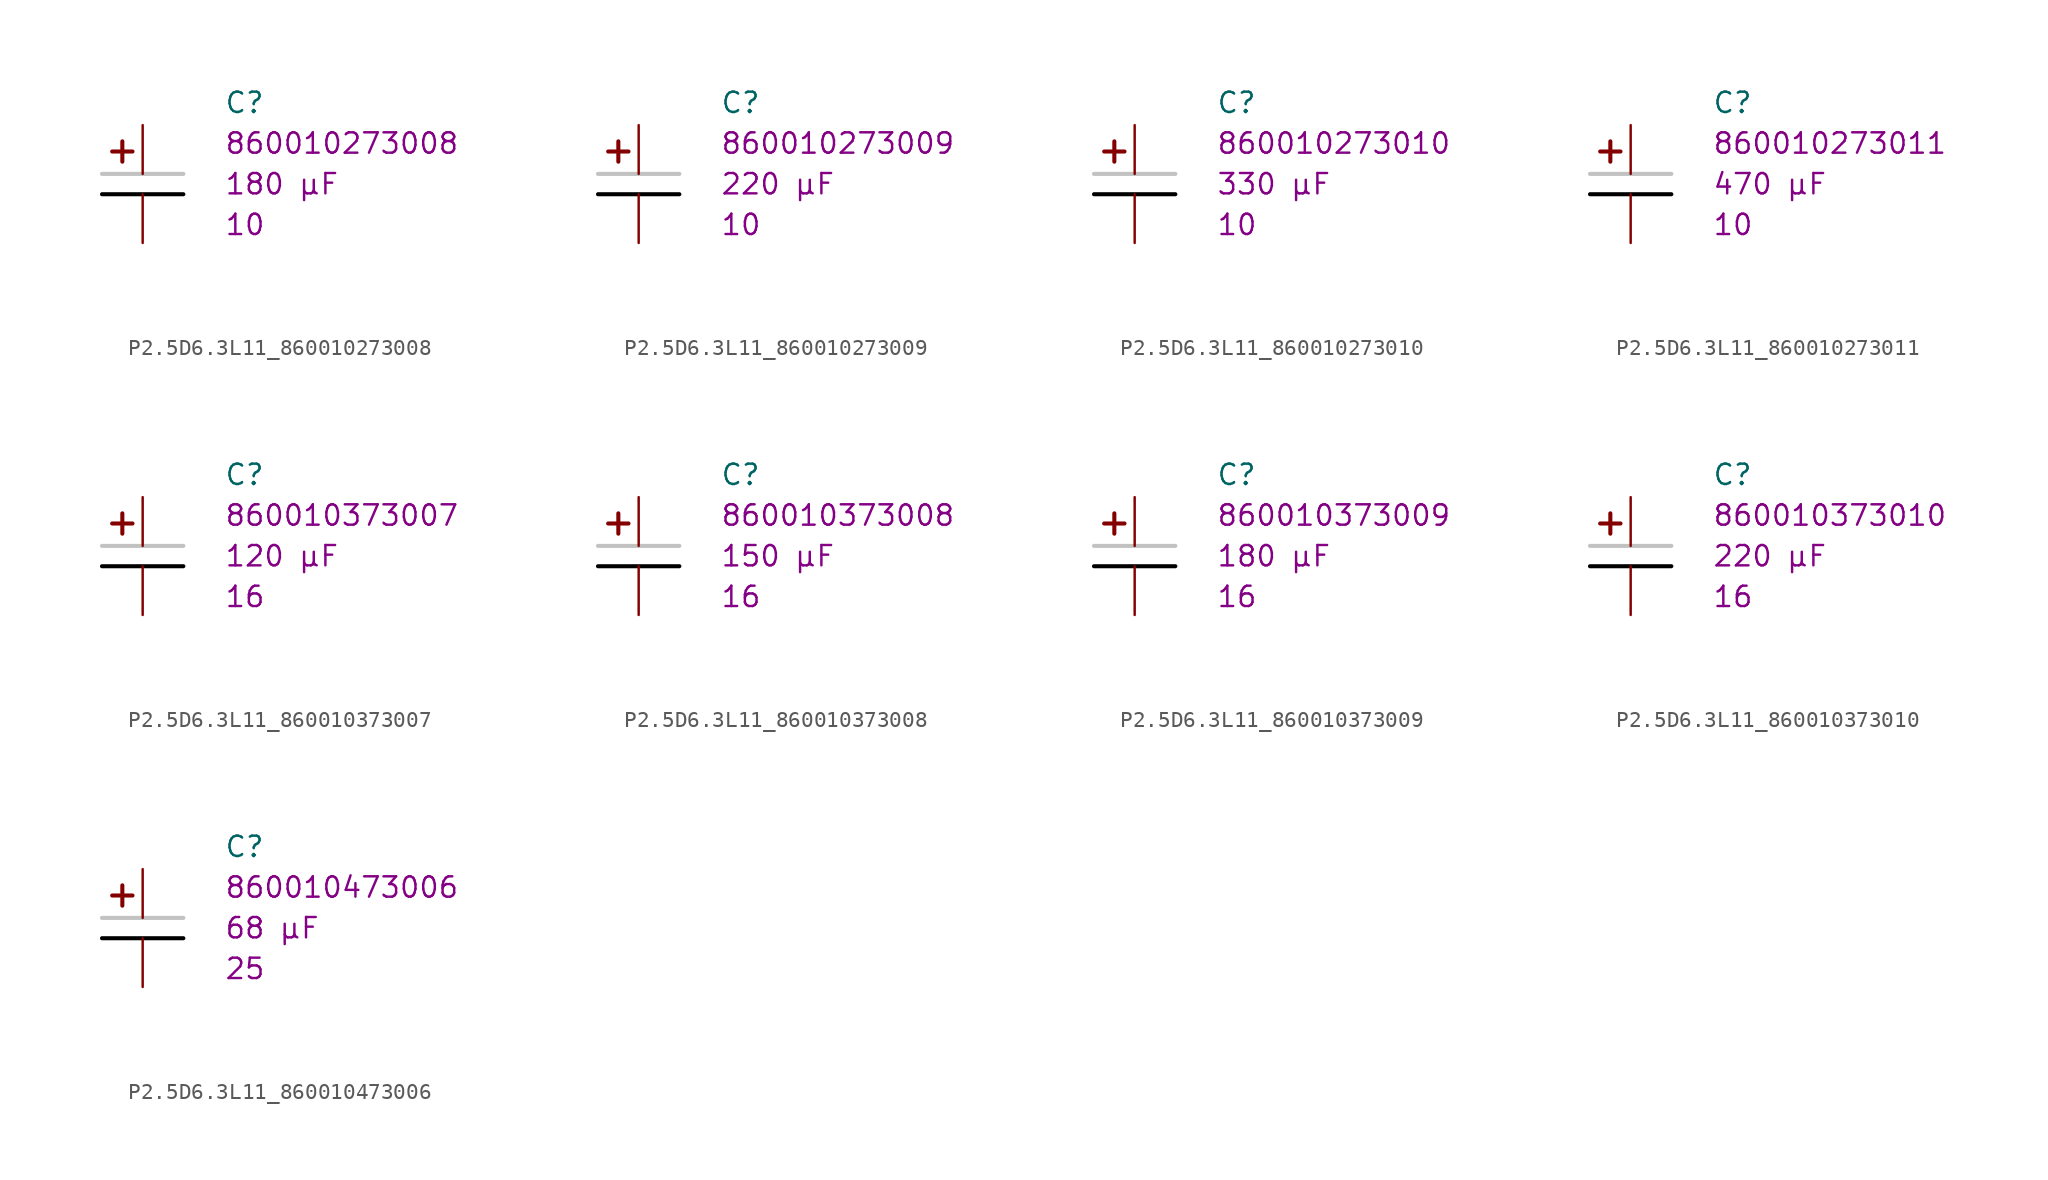
<source format=kicad_sym>
(kicad_symbol_lib
  (version 20220914)
  (generator kicad_symbol_editor)
  (symbol "P2.5D6.3L11_860010273008"
    (pin_numbers hide)
    (pin_names hide)
    (property "Reference" "C"
      (at 5.08 5.08 0)
      (effects (font (size 1.27 1.27)) (justify left)))
    (property "Part Number" "860010273008"
      (at 5.08 2.54 0)
      (effects (font (size 1.27 1.27)) (justify left)))
    (property "Capacitance" "180 µF"
      (at 5.08 0 0)
      (effects (font (size 1.27 1.27)) (justify left)))
    (property "Voltage" "10"
      (at 5.08 -2.54 0)
      (effects (font (size 1.27 1.27)) (justify left)))
    (property "Critical Parameter" ""
      (at 0 -7.62 0)
      (effects (font (size 1.27 1.27))))
    (symbol "P2.5D6.3L11_860010273008_1_1"
      (polyline (pts (xy -1.27 2.667) (xy -1.27 1.397)) (stroke (width 0.254) (type default)) (fill (type none)))
      (polyline (pts (xy -0.635 2.032) (xy -1.905 2.032)) (stroke (width 0.254) (type default)) (fill (type none)))
      (polyline (pts (xy 2.54 -0.635) (xy -2.54 -0.635)) (stroke (width 0.254) (type default) (color 0 0 0 1)) (fill (type none)))
      (polyline (pts (xy 2.54 0.635) (xy -2.54 0.635)) (stroke (width 0.254) (type default) (color 194 194 194 1)) (fill (type none)))
      (pin passive line (at 0 3.679 270) (length 3.044) (name "1" (effects (font (size 1.27 1.27)))) (number "1" (effects (font (size 1.27 1.27)))))
      (pin passive line (at 0 -3.679 90) (length 3.044) (name "2" (effects (font (size 1.27 1.27)))) (number "2" (effects (font (size 1.27 1.27)))))))
  (symbol "P2.5D6.3L11_860010273009"
    (pin_numbers hide)
    (pin_names hide)
    (property "Reference" "C"
      (at 5.08 5.08 0)
      (effects (font (size 1.27 1.27)) (justify left)))
    (property "Part Number" "860010273009"
      (at 5.08 2.54 0)
      (effects (font (size 1.27 1.27)) (justify left)))
    (property "Capacitance" "220 µF"
      (at 5.08 0 0)
      (effects (font (size 1.27 1.27)) (justify left)))
    (property "Voltage" "10"
      (at 5.08 -2.54 0)
      (effects (font (size 1.27 1.27)) (justify left)))
    (property "Critical Parameter" ""
      (at 0 -7.62 0)
      (effects (font (size 1.27 1.27))))
    (symbol "P2.5D6.3L11_860010273009_1_1"
      (polyline (pts (xy -1.27 2.667) (xy -1.27 1.397)) (stroke (width 0.254) (type default)) (fill (type none)))
      (polyline (pts (xy -0.635 2.032) (xy -1.905 2.032)) (stroke (width 0.254) (type default)) (fill (type none)))
      (polyline (pts (xy 2.54 -0.635) (xy -2.54 -0.635)) (stroke (width 0.254) (type default) (color 0 0 0 1)) (fill (type none)))
      (polyline (pts (xy 2.54 0.635) (xy -2.54 0.635)) (stroke (width 0.254) (type default) (color 194 194 194 1)) (fill (type none)))
      (pin passive line (at 0 3.679 270) (length 3.044) (name "1" (effects (font (size 1.27 1.27)))) (number "1" (effects (font (size 1.27 1.27)))))
      (pin passive line (at 0 -3.679 90) (length 3.044) (name "2" (effects (font (size 1.27 1.27)))) (number "2" (effects (font (size 1.27 1.27)))))))
  (symbol "P2.5D6.3L11_860010273010"
    (pin_numbers hide)
    (pin_names hide)
    (property "Reference" "C"
      (at 5.08 5.08 0)
      (effects (font (size 1.27 1.27)) (justify left)))
    (property "Part Number" "860010273010"
      (at 5.08 2.54 0)
      (effects (font (size 1.27 1.27)) (justify left)))
    (property "Capacitance" "330 µF"
      (at 5.08 0 0)
      (effects (font (size 1.27 1.27)) (justify left)))
    (property "Voltage" "10"
      (at 5.08 -2.54 0)
      (effects (font (size 1.27 1.27)) (justify left)))
    (property "Critical Parameter" ""
      (at 0 -7.62 0)
      (effects (font (size 1.27 1.27))))
    (symbol "P2.5D6.3L11_860010273010_1_1"
      (polyline (pts (xy -1.27 2.667) (xy -1.27 1.397)) (stroke (width 0.254) (type default)) (fill (type none)))
      (polyline (pts (xy -0.635 2.032) (xy -1.905 2.032)) (stroke (width 0.254) (type default)) (fill (type none)))
      (polyline (pts (xy 2.54 -0.635) (xy -2.54 -0.635)) (stroke (width 0.254) (type default) (color 0 0 0 1)) (fill (type none)))
      (polyline (pts (xy 2.54 0.635) (xy -2.54 0.635)) (stroke (width 0.254) (type default) (color 194 194 194 1)) (fill (type none)))
      (pin passive line (at 0 3.679 270) (length 3.044) (name "1" (effects (font (size 1.27 1.27)))) (number "1" (effects (font (size 1.27 1.27)))))
      (pin passive line (at 0 -3.679 90) (length 3.044) (name "2" (effects (font (size 1.27 1.27)))) (number "2" (effects (font (size 1.27 1.27)))))))
  (symbol "P2.5D6.3L11_860010273011"
    (pin_numbers hide)
    (pin_names hide)
    (property "Reference" "C"
      (at 5.08 5.08 0)
      (effects (font (size 1.27 1.27)) (justify left)))
    (property "Part Number" "860010273011"
      (at 5.08 2.54 0)
      (effects (font (size 1.27 1.27)) (justify left)))
    (property "Capacitance" "470 µF"
      (at 5.08 0 0)
      (effects (font (size 1.27 1.27)) (justify left)))
    (property "Voltage" "10"
      (at 5.08 -2.54 0)
      (effects (font (size 1.27 1.27)) (justify left)))
    (property "Critical Parameter" ""
      (at 0 -7.62 0)
      (effects (font (size 1.27 1.27))))
    (symbol "P2.5D6.3L11_860010273011_1_1"
      (polyline (pts (xy -1.27 2.667) (xy -1.27 1.397)) (stroke (width 0.254) (type default)) (fill (type none)))
      (polyline (pts (xy -0.635 2.032) (xy -1.905 2.032)) (stroke (width 0.254) (type default)) (fill (type none)))
      (polyline (pts (xy 2.54 -0.635) (xy -2.54 -0.635)) (stroke (width 0.254) (type default) (color 0 0 0 1)) (fill (type none)))
      (polyline (pts (xy 2.54 0.635) (xy -2.54 0.635)) (stroke (width 0.254) (type default) (color 194 194 194 1)) (fill (type none)))
      (pin passive line (at 0 3.679 270) (length 3.044) (name "1" (effects (font (size 1.27 1.27)))) (number "1" (effects (font (size 1.27 1.27)))))
      (pin passive line (at 0 -3.679 90) (length 3.044) (name "2" (effects (font (size 1.27 1.27)))) (number "2" (effects (font (size 1.27 1.27)))))))
  (symbol "P2.5D6.3L11_860010373007"
    (pin_numbers hide)
    (pin_names hide)
    (property "Reference" "C"
      (at 5.08 5.08 0)
      (effects (font (size 1.27 1.27)) (justify left)))
    (property "Part Number" "860010373007"
      (at 5.08 2.54 0)
      (effects (font (size 1.27 1.27)) (justify left)))
    (property "Capacitance" "120 µF"
      (at 5.08 0 0)
      (effects (font (size 1.27 1.27)) (justify left)))
    (property "Voltage" "16"
      (at 5.08 -2.54 0)
      (effects (font (size 1.27 1.27)) (justify left)))
    (property "Critical Parameter" ""
      (at 0 -7.62 0)
      (effects (font (size 1.27 1.27))))
    (symbol "P2.5D6.3L11_860010373007_1_1"
      (polyline (pts (xy -1.27 2.667) (xy -1.27 1.397)) (stroke (width 0.254) (type default)) (fill (type none)))
      (polyline (pts (xy -0.635 2.032) (xy -1.905 2.032)) (stroke (width 0.254) (type default)) (fill (type none)))
      (polyline (pts (xy 2.54 -0.635) (xy -2.54 -0.635)) (stroke (width 0.254) (type default) (color 0 0 0 1)) (fill (type none)))
      (polyline (pts (xy 2.54 0.635) (xy -2.54 0.635)) (stroke (width 0.254) (type default) (color 194 194 194 1)) (fill (type none)))
      (pin passive line (at 0 3.679 270) (length 3.044) (name "1" (effects (font (size 1.27 1.27)))) (number "1" (effects (font (size 1.27 1.27)))))
      (pin passive line (at 0 -3.679 90) (length 3.044) (name "2" (effects (font (size 1.27 1.27)))) (number "2" (effects (font (size 1.27 1.27)))))))
  (symbol "P2.5D6.3L11_860010373008"
    (pin_numbers hide)
    (pin_names hide)
    (property "Reference" "C"
      (at 5.08 5.08 0)
      (effects (font (size 1.27 1.27)) (justify left)))
    (property "Part Number" "860010373008"
      (at 5.08 2.54 0)
      (effects (font (size 1.27 1.27)) (justify left)))
    (property "Capacitance" "150 µF"
      (at 5.08 0 0)
      (effects (font (size 1.27 1.27)) (justify left)))
    (property "Voltage" "16"
      (at 5.08 -2.54 0)
      (effects (font (size 1.27 1.27)) (justify left)))
    (property "Critical Parameter" ""
      (at 0 -7.62 0)
      (effects (font (size 1.27 1.27))))
    (symbol "P2.5D6.3L11_860010373008_1_1"
      (polyline (pts (xy -1.27 2.667) (xy -1.27 1.397)) (stroke (width 0.254) (type default)) (fill (type none)))
      (polyline (pts (xy -0.635 2.032) (xy -1.905 2.032)) (stroke (width 0.254) (type default)) (fill (type none)))
      (polyline (pts (xy 2.54 -0.635) (xy -2.54 -0.635)) (stroke (width 0.254) (type default) (color 0 0 0 1)) (fill (type none)))
      (polyline (pts (xy 2.54 0.635) (xy -2.54 0.635)) (stroke (width 0.254) (type default) (color 194 194 194 1)) (fill (type none)))
      (pin passive line (at 0 3.679 270) (length 3.044) (name "1" (effects (font (size 1.27 1.27)))) (number "1" (effects (font (size 1.27 1.27)))))
      (pin passive line (at 0 -3.679 90) (length 3.044) (name "2" (effects (font (size 1.27 1.27)))) (number "2" (effects (font (size 1.27 1.27)))))))
  (symbol "P2.5D6.3L11_860010373009"
    (pin_numbers hide)
    (pin_names hide)
    (property "Reference" "C"
      (at 5.08 5.08 0)
      (effects (font (size 1.27 1.27)) (justify left)))
    (property "Part Number" "860010373009"
      (at 5.08 2.54 0)
      (effects (font (size 1.27 1.27)) (justify left)))
    (property "Capacitance" "180 µF"
      (at 5.08 0 0)
      (effects (font (size 1.27 1.27)) (justify left)))
    (property "Voltage" "16"
      (at 5.08 -2.54 0)
      (effects (font (size 1.27 1.27)) (justify left)))
    (property "Critical Parameter" ""
      (at 0 -7.62 0)
      (effects (font (size 1.27 1.27))))
    (symbol "P2.5D6.3L11_860010373009_1_1"
      (polyline (pts (xy -1.27 2.667) (xy -1.27 1.397)) (stroke (width 0.254) (type default)) (fill (type none)))
      (polyline (pts (xy -0.635 2.032) (xy -1.905 2.032)) (stroke (width 0.254) (type default)) (fill (type none)))
      (polyline (pts (xy 2.54 -0.635) (xy -2.54 -0.635)) (stroke (width 0.254) (type default) (color 0 0 0 1)) (fill (type none)))
      (polyline (pts (xy 2.54 0.635) (xy -2.54 0.635)) (stroke (width 0.254) (type default) (color 194 194 194 1)) (fill (type none)))
      (pin passive line (at 0 3.679 270) (length 3.044) (name "1" (effects (font (size 1.27 1.27)))) (number "1" (effects (font (size 1.27 1.27)))))
      (pin passive line (at 0 -3.679 90) (length 3.044) (name "2" (effects (font (size 1.27 1.27)))) (number "2" (effects (font (size 1.27 1.27)))))))
  (symbol "P2.5D6.3L11_860010373010"
    (pin_numbers hide)
    (pin_names hide)
    (property "Reference" "C"
      (at 5.08 5.08 0)
      (effects (font (size 1.27 1.27)) (justify left)))
    (property "Part Number" "860010373010"
      (at 5.08 2.54 0)
      (effects (font (size 1.27 1.27)) (justify left)))
    (property "Capacitance" "220 µF"
      (at 5.08 0 0)
      (effects (font (size 1.27 1.27)) (justify left)))
    (property "Voltage" "16"
      (at 5.08 -2.54 0)
      (effects (font (size 1.27 1.27)) (justify left)))
    (property "Critical Parameter" ""
      (at 0 -7.62 0)
      (effects (font (size 1.27 1.27))))
    (symbol "P2.5D6.3L11_860010373010_1_1"
      (polyline (pts (xy -1.27 2.667) (xy -1.27 1.397)) (stroke (width 0.254) (type default)) (fill (type none)))
      (polyline (pts (xy -0.635 2.032) (xy -1.905 2.032)) (stroke (width 0.254) (type default)) (fill (type none)))
      (polyline (pts (xy 2.54 -0.635) (xy -2.54 -0.635)) (stroke (width 0.254) (type default) (color 0 0 0 1)) (fill (type none)))
      (polyline (pts (xy 2.54 0.635) (xy -2.54 0.635)) (stroke (width 0.254) (type default) (color 194 194 194 1)) (fill (type none)))
      (pin passive line (at 0 3.679 270) (length 3.044) (name "1" (effects (font (size 1.27 1.27)))) (number "1" (effects (font (size 1.27 1.27)))))
      (pin passive line (at 0 -3.679 90) (length 3.044) (name "2" (effects (font (size 1.27 1.27)))) (number "2" (effects (font (size 1.27 1.27)))))))
  (symbol "P2.5D6.3L11_860010473006"
    (pin_numbers hide)
    (pin_names hide)
    (property "Reference" "C"
      (at 5.08 5.08 0)
      (effects (font (size 1.27 1.27)) (justify left)))
    (property "Part Number" "860010473006"
      (at 5.08 2.54 0)
      (effects (font (size 1.27 1.27)) (justify left)))
    (property "Capacitance" "68 µF"
      (at 5.08 0 0)
      (effects (font (size 1.27 1.27)) (justify left)))
    (property "Voltage" "25"
      (at 5.08 -2.54 0)
      (effects (font (size 1.27 1.27)) (justify left)))
    (property "Critical Parameter" ""
      (at 0 -7.62 0)
      (effects (font (size 1.27 1.27))))
    (symbol "P2.5D6.3L11_860010473006_1_1"
      (polyline (pts (xy -1.27 2.667) (xy -1.27 1.397)) (stroke (width 0.254) (type default)) (fill (type none)))
      (polyline (pts (xy -0.635 2.032) (xy -1.905 2.032)) (stroke (width 0.254) (type default)) (fill (type none)))
      (polyline (pts (xy 2.54 -0.635) (xy -2.54 -0.635)) (stroke (width 0.254) (type default) (color 0 0 0 1)) (fill (type none)))
      (polyline (pts (xy 2.54 0.635) (xy -2.54 0.635)) (stroke (width 0.254) (type default) (color 194 194 194 1)) (fill (type none)))
      (pin passive line (at 0 3.679 270) (length 3.044) (name "1" (effects (font (size 1.27 1.27)))) (number "1" (effects (font (size 1.27 1.27)))))
      (pin passive line (at 0 -3.679 90) (length 3.044) (name "2" (effects (font (size 1.27 1.27)))) (number "2" (effects (font (size 1.27 1.27))))))))
</source>
